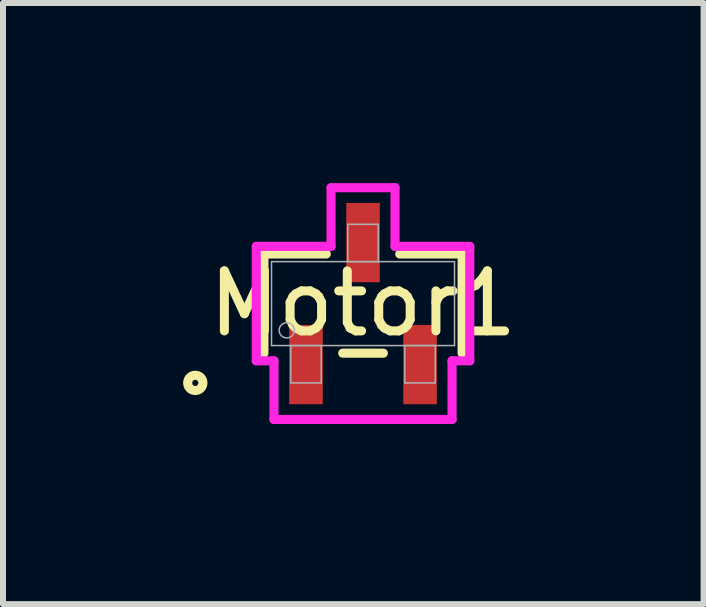
<source format=kicad_pcb>
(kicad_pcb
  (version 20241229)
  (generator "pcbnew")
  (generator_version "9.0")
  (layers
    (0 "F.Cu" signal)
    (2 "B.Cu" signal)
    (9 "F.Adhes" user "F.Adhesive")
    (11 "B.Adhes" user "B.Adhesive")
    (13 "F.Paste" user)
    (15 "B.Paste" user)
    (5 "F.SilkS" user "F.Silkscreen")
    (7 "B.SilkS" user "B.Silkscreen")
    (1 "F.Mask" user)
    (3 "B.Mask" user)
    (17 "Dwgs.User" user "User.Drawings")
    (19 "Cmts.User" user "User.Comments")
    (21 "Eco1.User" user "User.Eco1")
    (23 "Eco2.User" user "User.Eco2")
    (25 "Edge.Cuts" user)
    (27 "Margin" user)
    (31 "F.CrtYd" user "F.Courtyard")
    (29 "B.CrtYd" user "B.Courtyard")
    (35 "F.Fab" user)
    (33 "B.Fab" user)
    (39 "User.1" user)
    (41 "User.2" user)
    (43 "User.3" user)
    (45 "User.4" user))
  (footprint "Motor1"
    (layer "F.Cu")
    (at 2.997 2.007)
    (property "Reference" "Motor1" (at 0 0 0) (unlocked yes) (layer "F.SilkS") (effects (font (size 1 1) (thickness 0.15))))
    (attr smd)
    (fp_line (start -1.651 -0.826) (end -1.651 0.826) (stroke (width 0.152) (type solid)) (layer "F.SilkS"))
    (fp_line (start -0.612 -0.826) (end -1.651 -0.826) (stroke (width 0.152) (type solid)) (layer "F.SilkS"))
    (fp_line (start -0.338 0.826) (end 0.338 0.826) (stroke (width 0.152) (type solid)) (layer "F.SilkS"))
    (fp_line (start 1.651 -0.826) (end 0.612 -0.826) (stroke (width 0.152) (type solid)) (layer "F.SilkS"))
    (fp_line (start 1.651 0.826) (end 1.651 -0.826) (stroke (width 0.152) (type solid)) (layer "F.SilkS"))
    (fp_circle (center -2.794 1.321) (end -2.667 1.321) (stroke (width 0.152) (type solid)) (fill no) (layer "F.SilkS"))
    (fp_line (start -1.778 -0.953) (end -0.533 -0.953) (stroke (width 0.152) (type solid)) (layer "F.CrtYd"))
    (fp_line (start -1.778 0.953) (end -1.778 -0.953) (stroke (width 0.152) (type solid)) (layer "F.CrtYd"))
    (fp_line (start -1.778 0.953) (end -1.483 0.953) (stroke (width 0.152) (type solid)) (layer "F.CrtYd"))
    (fp_line (start -1.483 0.953) (end -1.483 1.93) (stroke (width 0.152) (type solid)) (layer "F.CrtYd"))
    (fp_line (start -1.483 1.93) (end 1.483 1.93) (stroke (width 0.152) (type solid)) (layer "F.CrtYd"))
    (fp_line (start -0.533 -1.93) (end 0.533 -1.93) (stroke (width 0.152) (type solid)) (layer "F.CrtYd"))
    (fp_line (start -0.533 -0.953) (end -0.533 -1.93) (stroke (width 0.152) (type solid)) (layer "F.CrtYd"))
    (fp_line (start 0.533 -0.953) (end 0.533 -1.93) (stroke (width 0.152) (type solid)) (layer "F.CrtYd"))
    (fp_line (start 1.483 0.953) (end 1.483 1.93) (stroke (width 0.152) (type solid)) (layer "F.CrtYd"))
    (fp_line (start 1.778 -0.953) (end 0.533 -0.953) (stroke (width 0.152) (type solid)) (layer "F.CrtYd"))
    (fp_line (start 1.778 -0.953) (end 1.778 0.953) (stroke (width 0.152) (type solid)) (layer "F.CrtYd"))
    (fp_line (start 1.778 0.953) (end 1.483 0.953) (stroke (width 0.152) (type solid)) (layer "F.CrtYd"))
    (fp_line (start -1.524 -0.699) (end -1.524 0.699) (stroke (width 0.025) (type solid)) (layer "F.Fab"))
    (fp_line (start -1.524 0.699) (end 1.524 0.699) (stroke (width 0.025) (type solid)) (layer "F.Fab"))
    (fp_line (start -1.204 0.699) (end -1.204 1.321) (stroke (width 0.025) (type solid)) (layer "F.Fab"))
    (fp_line (start -1.204 1.321) (end -0.696 1.321) (stroke (width 0.025) (type solid)) (layer "F.Fab"))
    (fp_line (start -0.696 0.699) (end -1.204 0.699) (stroke (width 0.025) (type solid)) (layer "F.Fab"))
    (fp_line (start -0.696 1.321) (end -0.696 0.699) (stroke (width 0.025) (type solid)) (layer "F.Fab"))
    (fp_line (start -0.254 -1.321) (end -0.254 -0.699) (stroke (width 0.025) (type solid)) (layer "F.Fab"))
    (fp_line (start -0.254 -0.699) (end 0.254 -0.699) (stroke (width 0.025) (type solid)) (layer "F.Fab"))
    (fp_line (start 0.254 -1.321) (end -0.254 -1.321) (stroke (width 0.025) (type solid)) (layer "F.Fab"))
    (fp_line (start 0.254 -0.699) (end 0.254 -1.321) (stroke (width 0.025) (type solid)) (layer "F.Fab"))
    (fp_line (start 0.696 0.699) (end 0.696 1.321) (stroke (width 0.025) (type solid)) (layer "F.Fab"))
    (fp_line (start 0.696 1.321) (end 1.204 1.321) (stroke (width 0.025) (type solid)) (layer "F.Fab"))
    (fp_line (start 1.204 0.699) (end 0.696 0.699) (stroke (width 0.025) (type solid)) (layer "F.Fab"))
    (fp_line (start 1.204 1.321) (end 1.204 0.699) (stroke (width 0.025) (type solid)) (layer "F.Fab"))
    (fp_line (start 1.524 -0.699) (end -1.524 -0.699) (stroke (width 0.025) (type solid)) (layer "F.Fab"))
    (fp_line (start 1.524 0.699) (end 1.524 -0.699) (stroke (width 0.025) (type solid)) (layer "F.Fab"))
    (fp_circle (center -1.27 0.445) (end -1.143 0.445) (stroke (width 0.025) (type solid)) (fill no) (layer "F.Fab"))
    (pad "1" smd rect (at -0.95 1.016) (size 0.559 1.321) (layers "F.Cu" "F.Mask" "F.Paste"))
    (pad "2" smd rect (at 0.95 1.016) (size 0.559 1.321) (layers "F.Cu" "F.Mask" "F.Paste"))
    (pad "3" smd rect (at 0 -1.016) (size 0.559 1.321) (layers "F.Cu" "F.Mask" "F.Paste")))
  (gr_rect
    (start -3 -3)
    (end 8.67 7.013)
    (stroke (width 0.1) (type default))
    (fill no)
    (layer "Edge.Cuts")))
</source>
